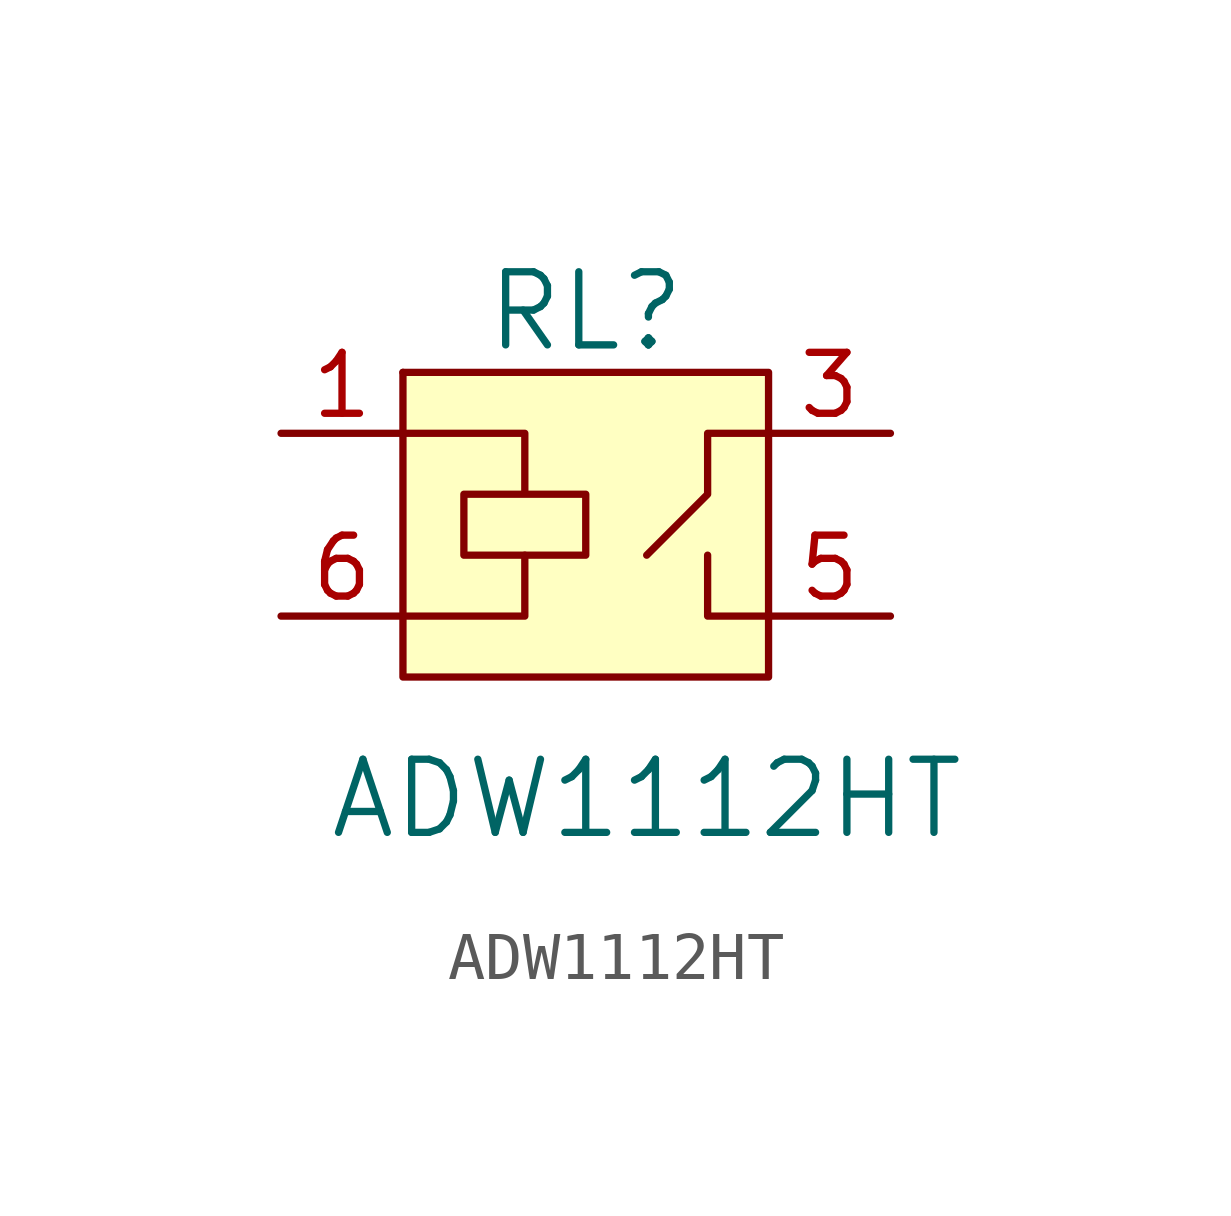
<source format=kicad_sym>
(kicad_symbol_lib
  (version 20220914)
  (generator kicad_symbol_editor)
  (symbol "ADW1112HT"
    (pin_names
      (offset 1.016))
    (property "Reference" "RL"
      (at 0 7.62 0)
      (effects (font (size 1.524 1.524))))
    (property "Value" "ADW1112HT"
      (at 1.27 -2.54 0)
      (effects (font (size 1.524 1.524))))
    (symbol "ADW1112HT_0_1"
      (rectangle (start -3.81 6.35) (end -3.81 6.35) (stroke (width 0) (type default)) (fill (type none)))
      (rectangle (start -3.81 6.35) (end 3.81 0) (stroke (width 0) (type default)) (fill (type background)))
      (polyline (pts (xy -1.27 2.54) (xy -1.27 1.27) (xy -3.81 1.27)) (stroke (width 0) (type default)) (fill (type none)))
      (polyline (pts (xy 2.54 2.54) (xy 2.54 1.27) (xy 3.81 1.27)) (stroke (width 0) (type default)) (fill (type none)))
      (polyline (pts (xy 3.81 5.08) (xy 2.54 5.08) (xy 2.54 3.81) (xy 1.27 2.54)) (stroke (width 0) (type default)) (fill (type none)))
      (polyline (pts (xy -3.81 5.08) (xy -1.27 5.08) (xy -1.27 3.81) (xy -2.54 3.81) (xy -2.54 2.54) (xy 0 2.54) (xy 0 3.81) (xy -1.27 3.81)) (stroke (width 0) (type default)) (fill (type none))))
    (symbol "ADW1112HT_1_1"
      (pin passive line (at -6.35 5.08 0) (length 2.54) (name "~" (effects (font (size 1.27 1.27)))) (number "1" (effects (font (size 1.27 1.27)))))
      (pin passive line (at 6.35 5.08 180) (length 2.54) (name "~" (effects (font (size 1.27 1.27)))) (number "3" (effects (font (size 1.27 1.27)))))
      (pin passive line (at 6.35 1.27 180) (length 2.54) (name "~" (effects (font (size 1.27 1.27)))) (number "5" (effects (font (size 1.27 1.27)))))
      (pin passive line (at -6.35 1.27 0) (length 2.54) (name "~" (effects (font (size 1.27 1.27)))) (number "6" (effects (font (size 1.27 1.27))))))))
</source>
